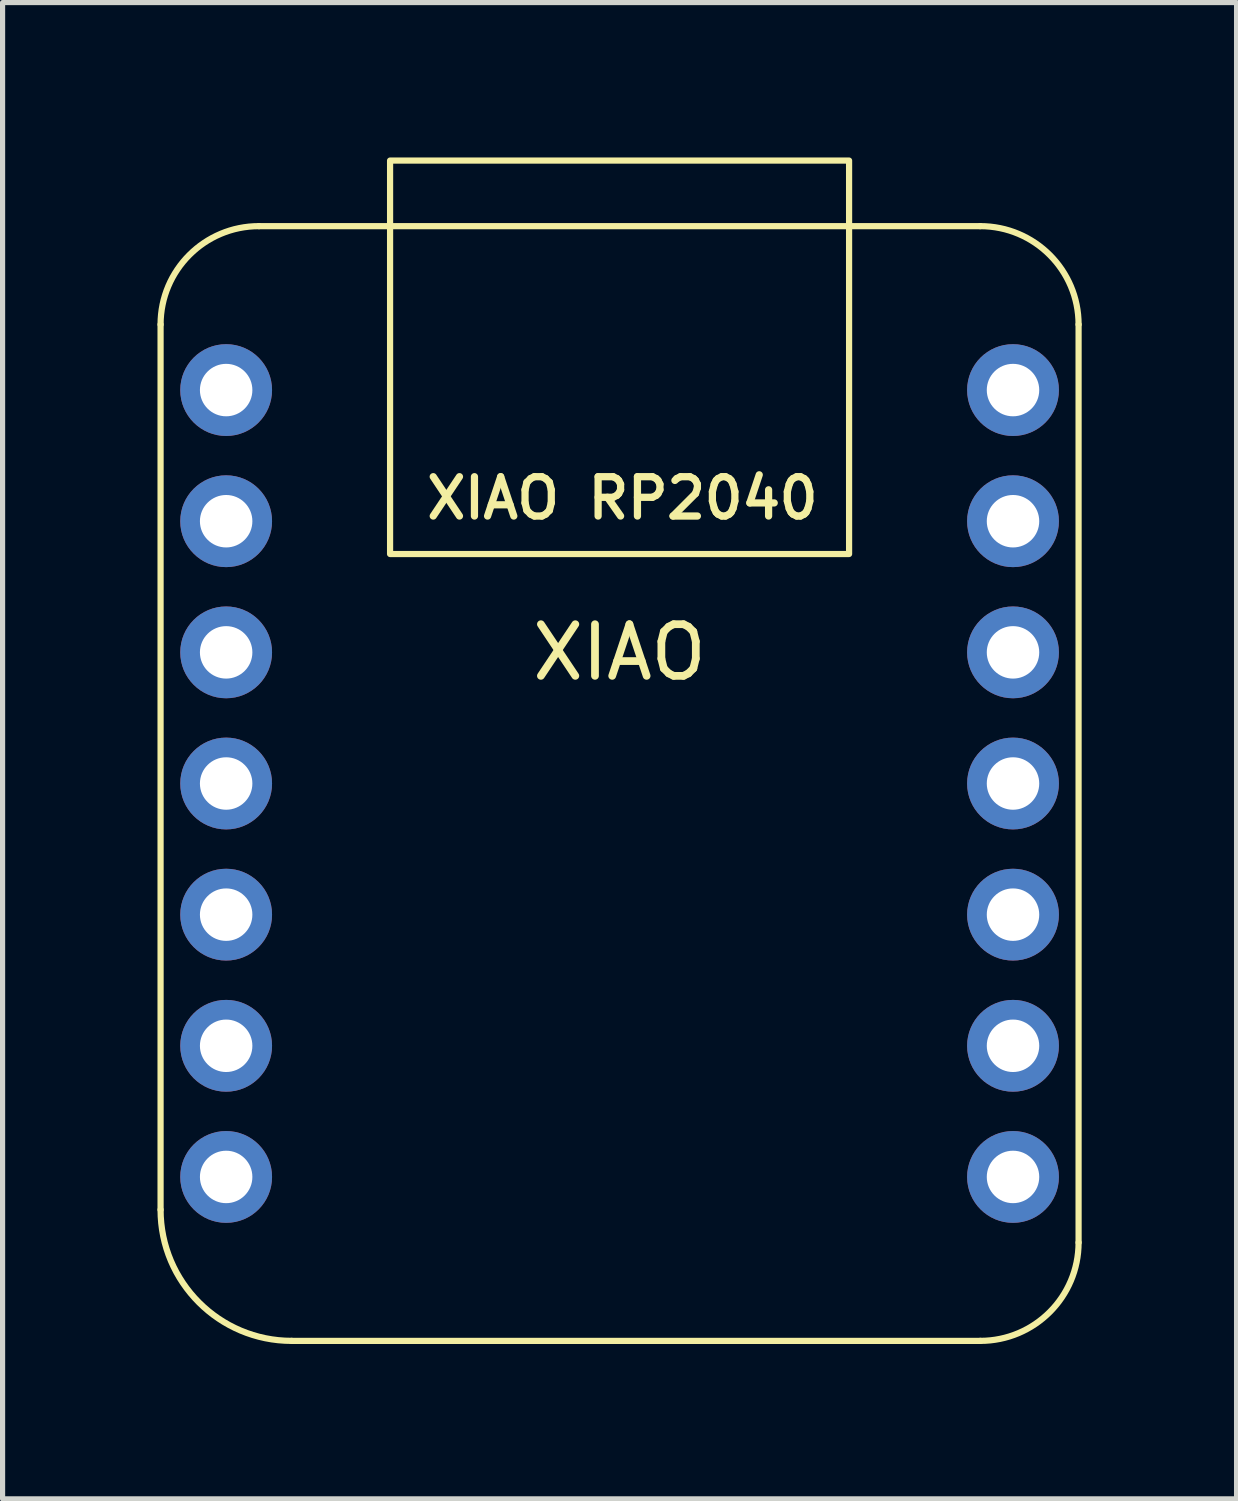
<source format=kicad_pcb>
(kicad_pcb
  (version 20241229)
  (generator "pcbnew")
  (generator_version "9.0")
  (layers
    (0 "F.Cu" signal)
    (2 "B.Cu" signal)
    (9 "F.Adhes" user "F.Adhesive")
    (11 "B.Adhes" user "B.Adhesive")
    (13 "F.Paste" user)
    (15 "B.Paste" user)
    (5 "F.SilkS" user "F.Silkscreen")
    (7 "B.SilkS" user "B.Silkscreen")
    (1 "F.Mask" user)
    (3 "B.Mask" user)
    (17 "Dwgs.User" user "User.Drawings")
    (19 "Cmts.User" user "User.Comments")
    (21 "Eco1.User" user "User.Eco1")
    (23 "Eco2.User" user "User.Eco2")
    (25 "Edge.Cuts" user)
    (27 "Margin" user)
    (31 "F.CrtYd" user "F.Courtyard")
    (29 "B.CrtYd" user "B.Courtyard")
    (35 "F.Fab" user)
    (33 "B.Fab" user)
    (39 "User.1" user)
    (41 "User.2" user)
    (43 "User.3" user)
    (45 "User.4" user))
  (footprint "XIAO"
    (layer "F.Cu")
    (at 1.33 4.505)
    (property "Reference" "XIAO" (at 7.62 5.08 0) (unlocked yes) (layer "F.SilkS") (effects (font (size 1 1) (thickness 0.15))))
    (attr through_hole)
    (fp_line (start -1.27 15.875) (end -1.27 -1.27) (stroke (width 0.12) (type default)) (layer "F.SilkS"))
    (fp_line (start 0.635 -3.175) (end 14.605 -3.175) (stroke (width 0.12) (type default)) (layer "F.SilkS"))
    (fp_line (start 14.605 18.415) (end 1.27 18.415) (stroke (width 0.12) (type default)) (layer "F.SilkS"))
    (fp_line (start 16.51 -1.27) (end 16.51 16.51) (stroke (width 0.12) (type default)) (layer "F.SilkS"))
    (fp_rect (start 3.175 -4.445) (end 12.065 3.175) (stroke (width 0.12) (type default)) (fill no) (layer "F.SilkS"))
    (fp_arc (start -1.27 -1.27) (mid -0.712038 -2.617038) (end 0.635 -3.175) (stroke (width 0.12) (type default)) (layer "F.SilkS"))
    (fp_arc (start 1.27 18.415) (mid -0.526051 17.671051) (end -1.27 15.875) (stroke (width 0.12) (type default)) (layer "F.SilkS"))
    (fp_arc (start 14.605 -3.175) (mid 15.952038 -2.617038) (end 16.51 -1.27) (stroke (width 0.12) (type default)) (layer "F.SilkS"))
    (fp_arc (start 16.51 16.51) (mid 15.952038 17.857038) (end 14.605 18.415) (stroke (width 0.12) (type default)) (layer "F.SilkS"))
    (fp_text user "XIAO RP2040" (at 3.81 2.54 0) (unlocked yes) (layer "F.SilkS") (effects (font (size 0.762 0.762) (thickness 0.14) (bold yes)) (justify left bottom)))
    (pad "1" thru_hole circle (at 0 0) (size 1.778 1.778) (drill 1.016) (layers "*.Cu" "*.Mask"))
    (pad "2" thru_hole circle (at 0 2.54) (size 1.778 1.778) (drill 1.016) (layers "*.Cu" "*.Mask"))
    (pad "3" thru_hole circle (at 0 5.08) (size 1.778 1.778) (drill 1.016) (layers "*.Cu" "*.Mask"))
    (pad "4" thru_hole circle (at 0 7.62) (size 1.778 1.778) (drill 1.016) (layers "*.Cu" "*.Mask"))
    (pad "5" thru_hole circle (at 0 10.16) (size 1.778 1.778) (drill 1.016) (layers "*.Cu" "*.Mask"))
    (pad "6" thru_hole circle (at 0 12.7) (size 1.778 1.778) (drill 1.016) (layers "*.Cu" "*.Mask"))
    (pad "7" thru_hole circle (at 0 15.24) (size 1.778 1.778) (drill 1.016) (layers "*.Cu" "*.Mask"))
    (pad "8" thru_hole circle (at 15.24 15.24) (size 1.778 1.778) (drill 1.016) (layers "*.Cu" "*.Mask"))
    (pad "9" thru_hole circle (at 15.24 12.7) (size 1.778 1.778) (drill 1.016) (layers "*.Cu" "*.Mask"))
    (pad "10" thru_hole circle (at 15.24 10.16) (size 1.778 1.778) (drill 1.016) (layers "*.Cu" "*.Mask"))
    (pad "11" thru_hole circle (at 15.24 7.62) (size 1.778 1.778) (drill 1.016) (layers "*.Cu" "*.Mask"))
    (pad "12" thru_hole circle (at 15.24 5.08) (size 1.778 1.778) (drill 1.016) (layers "*.Cu" "*.Mask"))
    (pad "13" thru_hole circle (at 15.24 2.54) (size 1.778 1.778) (drill 1.016) (layers "*.Cu" "*.Mask"))
    (pad "14" thru_hole circle (at 15.24 0) (size 1.778 1.778) (drill 1.016) (layers "*.Cu" "*.Mask")))
  (gr_rect
    (start -3 -3)
    (end 20.9 25.98)
    (stroke (width 0.1) (type default))
    (fill no)
    (layer "Edge.Cuts")))
</source>
